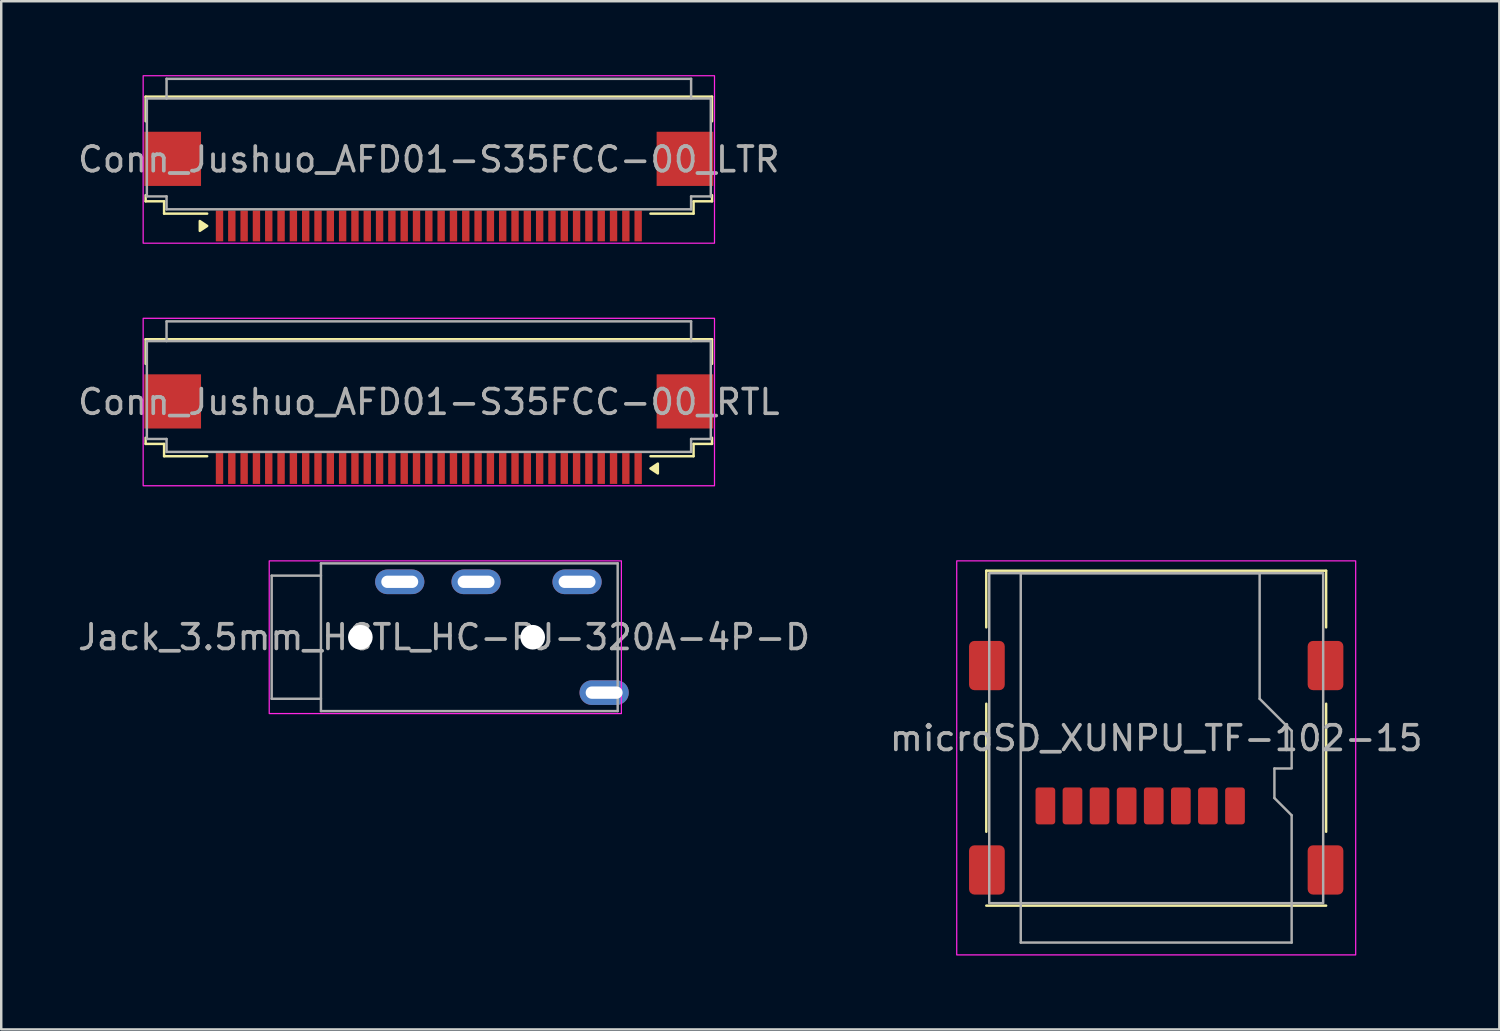
<source format=kicad_pcb>
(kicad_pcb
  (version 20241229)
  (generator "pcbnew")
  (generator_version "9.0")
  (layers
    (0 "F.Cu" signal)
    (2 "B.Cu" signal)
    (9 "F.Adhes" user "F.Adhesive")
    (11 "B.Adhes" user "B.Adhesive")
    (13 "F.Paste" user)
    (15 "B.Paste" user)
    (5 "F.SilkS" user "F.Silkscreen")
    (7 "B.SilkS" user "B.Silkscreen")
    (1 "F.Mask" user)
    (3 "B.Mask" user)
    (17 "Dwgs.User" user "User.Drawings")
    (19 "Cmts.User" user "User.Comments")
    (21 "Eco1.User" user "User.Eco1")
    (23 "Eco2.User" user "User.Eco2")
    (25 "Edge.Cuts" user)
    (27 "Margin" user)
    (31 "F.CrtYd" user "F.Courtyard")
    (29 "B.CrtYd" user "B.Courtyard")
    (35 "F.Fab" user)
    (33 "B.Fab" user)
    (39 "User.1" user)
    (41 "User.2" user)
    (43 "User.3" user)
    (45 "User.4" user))
  (footprint "Conn_Jushuo_AFD01-S35FCC-00_RTL"
    (layer "F.Cu")
    (at 14.363 15.975)
    (property "Reference" "Conn_Jushuo_AFD01-S35FCC-00_RTL" (at 0 -2.7 0) (unlocked yes) (layer "F.SilkS") (effects (font (size 1 1) (thickness 0.1))))
    (attr smd)
    (fp_line (start -11.5 -5.25) (end 11.5 -5.25) (stroke (width 0.1) (type default)) (layer "F.SilkS"))
    (fp_line (start -11.5 -4.25) (end -11.5 -5.25) (stroke (width 0.1) (type default)) (layer "F.SilkS"))
    (fp_line (start -11.5 -1.25) (end -11.5 -1) (stroke (width 0.1) (type default)) (layer "F.SilkS"))
    (fp_line (start -11.5 -1) (end -10.75 -1) (stroke (width 0.1) (type default)) (layer "F.SilkS"))
    (fp_line (start -10.75 -1) (end -10.75 -0.5) (stroke (width 0.1) (type default)) (layer "F.SilkS"))
    (fp_line (start -10.75 -0.5) (end -9 -0.5) (stroke (width 0.1) (type default)) (layer "F.SilkS"))
    (fp_line (start 10.75 -1) (end 10.75 -0.5) (stroke (width 0.1) (type default)) (layer "F.SilkS"))
    (fp_line (start 10.75 -0.5) (end 9 -0.5) (stroke (width 0.1) (type default)) (layer "F.SilkS"))
    (fp_line (start 11.5 -5.25) (end 11.5 -4.25) (stroke (width 0.1) (type default)) (layer "F.SilkS"))
    (fp_line (start 11.5 -1.25) (end 11.5 -1) (stroke (width 0.1) (type default)) (layer "F.SilkS"))
    (fp_line (start 11.5 -1) (end 10.75 -1) (stroke (width 0.1) (type default)) (layer "F.SilkS"))
    (fp_poly (pts (xy 9 0) (xy 9.3 0.2) (xy 9.3 -0.2)) (stroke (width 0.1) (type solid)) (fill yes) (layer "F.SilkS"))
    (fp_rect (start -11.6 -6.1) (end 11.6 0.7) (stroke (width 0.05) (type default)) (fill no) (layer "F.CrtYd"))
    (fp_line (start -11.45 -5.175) (end 11.45 -5.175) (stroke (width 0.1) (type default)) (layer "F.Fab"))
    (fp_line (start -11.45 -1.2) (end -11.45 -5.175) (stroke (width 0.1) (type default)) (layer "F.Fab"))
    (fp_line (start -10.65 -5.975) (end -10.65 -5.175) (stroke (width 0.1) (type default)) (layer "F.Fab"))
    (fp_line (start -10.65 -1.2) (end -11.45 -1.2) (stroke (width 0.1) (type default)) (layer "F.Fab"))
    (fp_line (start -10.65 -1.2) (end -10.65 -0.675) (stroke (width 0.1) (type default)) (layer "F.Fab"))
    (fp_line (start -10.65 -0.675) (end 10.65 -0.675) (stroke (width 0.1) (type default)) (layer "F.Fab"))
    (fp_line (start 10.65 -5.975) (end -10.65 -5.975) (stroke (width 0.1) (type default)) (layer "F.Fab"))
    (fp_line (start 10.65 -5.975) (end 10.65 -5.175) (stroke (width 0.1) (type default)) (layer "F.Fab"))
    (fp_line (start 10.65 -1.2) (end 10.65 -0.675) (stroke (width 0.1) (type default)) (layer "F.Fab"))
    (fp_line (start 11.45 -1.2) (end 10.65 -1.2) (stroke (width 0.1) (type default)) (layer "F.Fab"))
    (fp_line (start 11.45 -1.2) (end 11.45 -5.175) (stroke (width 0.1) (type default)) (layer "F.Fab"))
    (fp_text user "${REFERENCE}" (at 0 -2.7 0) (unlocked yes) (layer "F.Fab") (effects (font (size 1 1) (thickness 0.15))))
    (pad "1" smd rect (at 8.5 0) (size 0.3 1.25) (layers "F.Cu" "F.Mask" "F.Paste"))
    (pad "2" smd rect (at 8 0) (size 0.3 1.25) (layers "F.Cu" "F.Mask" "F.Paste"))
    (pad "3" smd rect (at 7.5 0) (size 0.3 1.25) (layers "F.Cu" "F.Mask" "F.Paste"))
    (pad "4" smd rect (at 7 0) (size 0.3 1.25) (layers "F.Cu" "F.Mask" "F.Paste"))
    (pad "5" smd rect (at 6.5 0) (size 0.3 1.25) (layers "F.Cu" "F.Mask" "F.Paste"))
    (pad "6" smd rect (at 6 0) (size 0.3 1.25) (layers "F.Cu" "F.Mask" "F.Paste"))
    (pad "7" smd rect (at 5.5 0) (size 0.3 1.25) (layers "F.Cu" "F.Mask" "F.Paste"))
    (pad "8" smd rect (at 5 0) (size 0.3 1.25) (layers "F.Cu" "F.Mask" "F.Paste"))
    (pad "9" smd rect (at 4.5 0) (size 0.3 1.25) (layers "F.Cu" "F.Mask" "F.Paste"))
    (pad "10" smd rect (at 4 0) (size 0.3 1.25) (layers "F.Cu" "F.Mask" "F.Paste"))
    (pad "11" smd rect (at 3.5 0) (size 0.3 1.25) (layers "F.Cu" "F.Mask" "F.Paste"))
    (pad "12" smd rect (at 3 0) (size 0.3 1.25) (layers "F.Cu" "F.Mask" "F.Paste"))
    (pad "13" smd rect (at 2.5 0) (size 0.3 1.25) (layers "F.Cu" "F.Mask" "F.Paste"))
    (pad "14" smd rect (at 2 0) (size 0.3 1.25) (layers "F.Cu" "F.Mask" "F.Paste"))
    (pad "15" smd rect (at 1.5 0) (size 0.3 1.25) (layers "F.Cu" "F.Mask" "F.Paste"))
    (pad "16" smd rect (at 1 0) (size 0.3 1.25) (layers "F.Cu" "F.Mask" "F.Paste"))
    (pad "17" smd rect (at 0.5 0) (size 0.3 1.25) (layers "F.Cu" "F.Mask" "F.Paste"))
    (pad "18" smd rect (at 0 0) (size 0.3 1.25) (layers "F.Cu" "F.Mask" "F.Paste"))
    (pad "19" smd rect (at -0.5 0) (size 0.3 1.25) (layers "F.Cu" "F.Mask" "F.Paste"))
    (pad "20" smd rect (at -1 0) (size 0.3 1.25) (layers "F.Cu" "F.Mask" "F.Paste"))
    (pad "21" smd rect (at -1.5 0) (size 0.3 1.25) (layers "F.Cu" "F.Mask" "F.Paste"))
    (pad "22" smd rect (at -2 0) (size 0.3 1.25) (layers "F.Cu" "F.Mask" "F.Paste"))
    (pad "23" smd rect (at -2.5 0) (size 0.3 1.25) (layers "F.Cu" "F.Mask" "F.Paste"))
    (pad "24" smd rect (at -3 0) (size 0.3 1.25) (layers "F.Cu" "F.Mask" "F.Paste"))
    (pad "25" smd rect (at -3.5 0) (size 0.3 1.25) (layers "F.Cu" "F.Mask" "F.Paste"))
    (pad "26" smd rect (at -4 0) (size 0.3 1.25) (layers "F.Cu" "F.Mask" "F.Paste"))
    (pad "27" smd rect (at -4.5 0) (size 0.3 1.25) (layers "F.Cu" "F.Mask" "F.Paste"))
    (pad "28" smd rect (at -5 0) (size 0.3 1.25) (layers "F.Cu" "F.Mask" "F.Paste"))
    (pad "29" smd rect (at -5.5 0) (size 0.3 1.25) (layers "F.Cu" "F.Mask" "F.Paste"))
    (pad "30" smd rect (at -6 0) (size 0.3 1.25) (layers "F.Cu" "F.Mask" "F.Paste"))
    (pad "31" smd rect (at -6.5 0) (size 0.3 1.25) (layers "F.Cu" "F.Mask" "F.Paste"))
    (pad "32" smd rect (at -7 0) (size 0.3 1.25) (layers "F.Cu" "F.Mask" "F.Paste"))
    (pad "33" smd rect (at -7.5 0) (size 0.3 1.25) (layers "F.Cu" "F.Mask" "F.Paste"))
    (pad "34" smd rect (at -8 0) (size 0.3 1.25) (layers "F.Cu" "F.Mask" "F.Paste"))
    (pad "35" smd rect (at -8.5 0) (size 0.3 1.25) (layers "F.Cu" "F.Mask" "F.Paste"))
    (pad "MP" smd rect (at -10.4 -2.725) (size 2.3 2.2) (layers "F.Cu" "F.Mask" "F.Paste"))
    (pad "MP" smd rect (at 10.4 -2.725) (size 2.3 2.2) (layers "F.Cu" "F.Mask" "F.Paste")))
  (footprint "Jack_3.5mm_HCTL_HC-PJ-320A-4P-D"
    (layer "F.Cu")
    (at 14.982 22.825)
    (property "Reference" "Jack_3.5mm_HCTL_HC-PJ-320A-4P-D" (at 0 0 0) (unlocked yes) (layer "F.SilkS") (effects (font (size 1 1) (thickness 0.1))))
    (attr through_hole)
    (fp_rect (start -7.1 -3.1) (end 7.2 3.1) (stroke (width 0.05) (type default)) (fill no) (layer "F.CrtYd"))
    (fp_line (start -7 -2.5) (end -5 -2.5) (stroke (width 0.1) (type default)) (layer "F.Fab"))
    (fp_line (start -7 2.5) (end -7 -2.5) (stroke (width 0.1) (type default)) (layer "F.Fab"))
    (fp_line (start -7 2.5) (end -5 2.5) (stroke (width 0.1) (type default)) (layer "F.Fab"))
    (fp_line (start -5 -3) (end -5 3) (stroke (width 0.1) (type default)) (layer "F.Fab"))
    (fp_line (start -5 -3) (end 7.05 -3) (stroke (width 0.1) (type default)) (layer "F.Fab"))
    (fp_line (start -5 3) (end 7.05 3) (stroke (width 0.1) (type default)) (layer "F.Fab"))
    (fp_line (start 7.05 3) (end 7.05 -3) (stroke (width 0.1) (type default)) (layer "F.Fab"))
    (fp_text user "${REFERENCE}" (at 0 0 0) (unlocked yes) (layer "F.Fab") (effects (font (size 1 1) (thickness 0.15))))
    (pad "" np_thru_hole circle (at -3.4 0) (size 1 1) (drill 1) (layers "*.Cu" "*.Mask"))
    (pad "" np_thru_hole circle (at 3.6 0) (size 1 1) (drill 1) (layers "*.Cu" "*.Mask"))
    (pad "R1" thru_hole oval (at -1.8 -2.25) (size 2 1) (drill oval 1.5 0.5) (layers "*.Cu" "*.Mask"))
    (pad "R2" thru_hole oval (at 5.4 -2.25) (size 2 1) (drill oval 1.5 0.5) (layers "*.Cu" "*.Mask"))
    (pad "S" thru_hole oval (at 6.5 2.25) (size 2 1) (drill oval 1.5 0.5) (layers "*.Cu" "*.Mask"))
    (pad "T" thru_hole oval (at 1.3 -2.25) (size 2 1) (drill oval 1.5 0.5) (layers "*.Cu" "*.Mask")))
  (footprint "Conn_Jushuo_AFD01-S35FCC-00_LTR"
    (layer "F.Cu")
    (at 14.363 6.125)
    (property "Reference" "Conn_Jushuo_AFD01-S35FCC-00_LTR" (at 0 -2.7 0) (unlocked yes) (layer "F.SilkS") (effects (font (size 1 1) (thickness 0.1))))
    (attr smd)
    (fp_line (start -11.5 -5.25) (end 11.5 -5.25) (stroke (width 0.1) (type default)) (layer "F.SilkS"))
    (fp_line (start -11.5 -4.25) (end -11.5 -5.25) (stroke (width 0.1) (type default)) (layer "F.SilkS"))
    (fp_line (start -11.5 -1.25) (end -11.5 -1) (stroke (width 0.1) (type default)) (layer "F.SilkS"))
    (fp_line (start -11.5 -1) (end -10.75 -1) (stroke (width 0.1) (type default)) (layer "F.SilkS"))
    (fp_line (start -10.75 -1) (end -10.75 -0.5) (stroke (width 0.1) (type default)) (layer "F.SilkS"))
    (fp_line (start -10.75 -0.5) (end -9 -0.5) (stroke (width 0.1) (type default)) (layer "F.SilkS"))
    (fp_line (start 10.75 -1) (end 10.75 -0.5) (stroke (width 0.1) (type default)) (layer "F.SilkS"))
    (fp_line (start 10.75 -0.5) (end 9 -0.5) (stroke (width 0.1) (type default)) (layer "F.SilkS"))
    (fp_line (start 11.5 -5.25) (end 11.5 -4.25) (stroke (width 0.1) (type default)) (layer "F.SilkS"))
    (fp_line (start 11.5 -1.25) (end 11.5 -1) (stroke (width 0.1) (type default)) (layer "F.SilkS"))
    (fp_line (start 11.5 -1) (end 10.75 -1) (stroke (width 0.1) (type default)) (layer "F.SilkS"))
    (fp_poly (pts (xy -9 0) (xy -9.3 -0.2) (xy -9.3 0.2)) (stroke (width 0.1) (type solid)) (fill yes) (layer "F.SilkS"))
    (fp_rect (start -11.6 -6.1) (end 11.6 0.7) (stroke (width 0.05) (type default)) (fill no) (layer "F.CrtYd"))
    (fp_line (start -11.45 -5.175) (end 11.45 -5.175) (stroke (width 0.1) (type default)) (layer "F.Fab"))
    (fp_line (start -11.45 -1.2) (end -11.45 -5.175) (stroke (width 0.1) (type default)) (layer "F.Fab"))
    (fp_line (start -10.65 -5.975) (end -10.65 -5.175) (stroke (width 0.1) (type default)) (layer "F.Fab"))
    (fp_line (start -10.65 -1.2) (end -11.45 -1.2) (stroke (width 0.1) (type default)) (layer "F.Fab"))
    (fp_line (start -10.65 -1.2) (end -10.65 -0.675) (stroke (width 0.1) (type default)) (layer "F.Fab"))
    (fp_line (start -10.65 -0.675) (end 10.65 -0.675) (stroke (width 0.1) (type default)) (layer "F.Fab"))
    (fp_line (start 10.65 -5.975) (end -10.65 -5.975) (stroke (width 0.1) (type default)) (layer "F.Fab"))
    (fp_line (start 10.65 -5.975) (end 10.65 -5.175) (stroke (width 0.1) (type default)) (layer "F.Fab"))
    (fp_line (start 10.65 -1.2) (end 10.65 -0.675) (stroke (width 0.1) (type default)) (layer "F.Fab"))
    (fp_line (start 11.45 -1.2) (end 10.65 -1.2) (stroke (width 0.1) (type default)) (layer "F.Fab"))
    (fp_line (start 11.45 -1.2) (end 11.45 -5.175) (stroke (width 0.1) (type default)) (layer "F.Fab"))
    (fp_text user "${REFERENCE}" (at 0 -2.7 0) (unlocked yes) (layer "F.Fab") (effects (font (size 1 1) (thickness 0.15))))
    (pad "1" smd rect (at -8.5 0) (size 0.3 1.25) (layers "F.Cu" "F.Mask" "F.Paste"))
    (pad "2" smd rect (at -8 0) (size 0.3 1.25) (layers "F.Cu" "F.Mask" "F.Paste"))
    (pad "3" smd rect (at -7.5 0) (size 0.3 1.25) (layers "F.Cu" "F.Mask" "F.Paste"))
    (pad "4" smd rect (at -7 0) (size 0.3 1.25) (layers "F.Cu" "F.Mask" "F.Paste"))
    (pad "5" smd rect (at -6.5 0) (size 0.3 1.25) (layers "F.Cu" "F.Mask" "F.Paste"))
    (pad "6" smd rect (at -6 0) (size 0.3 1.25) (layers "F.Cu" "F.Mask" "F.Paste"))
    (pad "7" smd rect (at -5.5 0) (size 0.3 1.25) (layers "F.Cu" "F.Mask" "F.Paste"))
    (pad "8" smd rect (at -5 0) (size 0.3 1.25) (layers "F.Cu" "F.Mask" "F.Paste"))
    (pad "9" smd rect (at -4.5 0) (size 0.3 1.25) (layers "F.Cu" "F.Mask" "F.Paste"))
    (pad "10" smd rect (at -4 0) (size 0.3 1.25) (layers "F.Cu" "F.Mask" "F.Paste"))
    (pad "11" smd rect (at -3.5 0) (size 0.3 1.25) (layers "F.Cu" "F.Mask" "F.Paste"))
    (pad "12" smd rect (at -3 0) (size 0.3 1.25) (layers "F.Cu" "F.Mask" "F.Paste"))
    (pad "13" smd rect (at -2.5 0) (size 0.3 1.25) (layers "F.Cu" "F.Mask" "F.Paste"))
    (pad "14" smd rect (at -2 0) (size 0.3 1.25) (layers "F.Cu" "F.Mask" "F.Paste"))
    (pad "15" smd rect (at -1.5 0) (size 0.3 1.25) (layers "F.Cu" "F.Mask" "F.Paste"))
    (pad "16" smd rect (at -1 0) (size 0.3 1.25) (layers "F.Cu" "F.Mask" "F.Paste"))
    (pad "17" smd rect (at -0.5 0) (size 0.3 1.25) (layers "F.Cu" "F.Mask" "F.Paste"))
    (pad "18" smd rect (at 0 0) (size 0.3 1.25) (layers "F.Cu" "F.Mask" "F.Paste"))
    (pad "19" smd rect (at 0.5 0) (size 0.3 1.25) (layers "F.Cu" "F.Mask" "F.Paste"))
    (pad "20" smd rect (at 1 0) (size 0.3 1.25) (layers "F.Cu" "F.Mask" "F.Paste"))
    (pad "21" smd rect (at 1.5 0) (size 0.3 1.25) (layers "F.Cu" "F.Mask" "F.Paste"))
    (pad "22" smd rect (at 2 0) (size 0.3 1.25) (layers "F.Cu" "F.Mask" "F.Paste"))
    (pad "23" smd rect (at 2.5 0) (size 0.3 1.25) (layers "F.Cu" "F.Mask" "F.Paste"))
    (pad "24" smd rect (at 3 0) (size 0.3 1.25) (layers "F.Cu" "F.Mask" "F.Paste"))
    (pad "25" smd rect (at 3.5 0) (size 0.3 1.25) (layers "F.Cu" "F.Mask" "F.Paste"))
    (pad "26" smd rect (at 4 0) (size 0.3 1.25) (layers "F.Cu" "F.Mask" "F.Paste"))
    (pad "27" smd rect (at 4.5 0) (size 0.3 1.25) (layers "F.Cu" "F.Mask" "F.Paste"))
    (pad "28" smd rect (at 5 0) (size 0.3 1.25) (layers "F.Cu" "F.Mask" "F.Paste"))
    (pad "29" smd rect (at 5.5 0) (size 0.3 1.25) (layers "F.Cu" "F.Mask" "F.Paste"))
    (pad "30" smd rect (at 6 0) (size 0.3 1.25) (layers "F.Cu" "F.Mask" "F.Paste"))
    (pad "31" smd rect (at 6.5 0) (size 0.3 1.25) (layers "F.Cu" "F.Mask" "F.Paste"))
    (pad "32" smd rect (at 7 0) (size 0.3 1.25) (layers "F.Cu" "F.Mask" "F.Paste"))
    (pad "33" smd rect (at 7.5 0) (size 0.3 1.25) (layers "F.Cu" "F.Mask" "F.Paste"))
    (pad "34" smd rect (at 8 0) (size 0.3 1.25) (layers "F.Cu" "F.Mask" "F.Paste"))
    (pad "35" smd rect (at 8.5 0) (size 0.3 1.25) (layers "F.Cu" "F.Mask" "F.Paste"))
    (pad "MP" smd rect (at -10.4 -2.725) (size 2.3 2.2) (layers "F.Cu" "F.Mask" "F.Paste"))
    (pad "MP" smd rect (at 10.4 -2.725) (size 2.3 2.2) (layers "F.Cu" "F.Mask" "F.Paste")))
  (footprint "microSD_XUNPU_TF-102-15"
    (layer "F.Cu")
    (at 43.899 26.925)
    (property "Reference" "microSD_XUNPU_TF-102-15" (at 0 0 0) (unlocked yes) (layer "F.SilkS") (effects (font (size 1 1) (thickness 0.1))))
    (attr smd)
    (fp_line (start -6.9 -6.8) (end -6.9 -4.5) (stroke (width 0.1) (type default)) (layer "F.SilkS"))
    (fp_line (start -6.9 -6.8) (end 6.9 -6.8) (stroke (width 0.1) (type default)) (layer "F.SilkS"))
    (fp_line (start -6.9 -1.4) (end -6.9 3.8) (stroke (width 0.1) (type default)) (layer "F.SilkS"))
    (fp_line (start -6.9 6.8) (end 6.9 6.8) (stroke (width 0.1) (type default)) (layer "F.SilkS"))
    (fp_line (start 6.9 -6.8) (end 6.9 -4.5) (stroke (width 0.1) (type default)) (layer "F.SilkS"))
    (fp_line (start 6.9 -1.4) (end 6.9 3.8) (stroke (width 0.1) (type default)) (layer "F.SilkS"))
    (fp_rect (start -8.1 -7.2) (end 8.1 8.8) (stroke (width 0.05) (type default)) (fill no) (layer "F.CrtYd"))
    (fp_line (start -5.5 -6.7) (end -5.5 8.3) (stroke (width 0.1) (type default)) (layer "F.Fab"))
    (fp_line (start -5.5 -6.7) (end 4.2 -6.7) (stroke (width 0.1) (type default)) (layer "F.Fab"))
    (fp_line (start -5.5 8.3) (end 5.5 8.3) (stroke (width 0.1) (type default)) (layer "F.Fab"))
    (fp_line (start 4.2 -6.7) (end 4.2 -1.6) (stroke (width 0.1) (type default)) (layer "F.Fab"))
    (fp_line (start 4.8 1.23) (end 5.5 1.23) (stroke (width 0.1) (type default)) (layer "F.Fab"))
    (fp_line (start 4.8 2.43) (end 4.8 1.23) (stroke (width 0.1) (type default)) (layer "F.Fab"))
    (fp_line (start 4.8 2.43) (end 5.5 3.13) (stroke (width 0.1) (type default)) (layer "F.Fab"))
    (fp_line (start 5.5 -0.3) (end 4.2 -1.6) (stroke (width 0.1) (type default)) (layer "F.Fab"))
    (fp_line (start 5.5 -0.3) (end 5.5 1.2) (stroke (width 0.1) (type default)) (layer "F.Fab"))
    (fp_line (start 5.5 8.3) (end 5.5 3.13) (stroke (width 0.1) (type default)) (layer "F.Fab"))
    (fp_rect (start -6.78 -6.7) (end 6.78 6.7) (stroke (width 0.1) (type solid)) (fill no) (layer "F.Fab"))
    (fp_text user "${REFERENCE}" (at 0 0 0) (unlocked yes) (layer "F.Fab") (effects (font (size 1 1) (thickness 0.15))))
    (pad "1" smd roundrect (at 3.2 2.75) (size 0.8 1.5) (layers "F.Cu" "F.Mask" "F.Paste") (roundrect_rratio 0.15))
    (pad "2" smd roundrect (at 2.1 2.75) (size 0.8 1.5) (layers "F.Cu" "F.Mask" "F.Paste") (roundrect_rratio 0.15))
    (pad "3" smd roundrect (at 1 2.75) (size 0.8 1.5) (layers "F.Cu" "F.Mask" "F.Paste") (roundrect_rratio 0.15))
    (pad "4" smd roundrect (at -0.1 2.75) (size 0.8 1.5) (layers "F.Cu" "F.Mask" "F.Paste") (roundrect_rratio 0.15))
    (pad "5" smd roundrect (at -1.2 2.75) (size 0.8 1.5) (layers "F.Cu" "F.Mask" "F.Paste") (roundrect_rratio 0.15))
    (pad "6" smd roundrect (at -2.3 2.75) (size 0.8 1.5) (layers "F.Cu" "F.Mask" "F.Paste") (roundrect_rratio 0.15))
    (pad "7" smd roundrect (at -3.4 2.75) (size 0.8 1.5) (layers "F.Cu" "F.Mask" "F.Paste") (roundrect_rratio 0.15))
    (pad "8" smd roundrect (at -4.5 2.75) (size 0.8 1.5) (layers "F.Cu" "F.Mask" "F.Paste") (roundrect_rratio 0.15))
    (pad "9" smd roundrect (at -6.875 -2.95) (size 1.45 2) (layers "F.Cu" "F.Mask" "F.Paste") (roundrect_rratio 0.15))
    (pad "9" smd roundrect (at -6.875 5.35) (size 1.45 2) (layers "F.Cu" "F.Mask" "F.Paste") (roundrect_rratio 0.15))
    (pad "9" smd roundrect (at 6.875 -2.95) (size 1.45 2) (layers "F.Cu" "F.Mask" "F.Paste") (roundrect_rratio 0.15))
    (pad "9" smd roundrect (at 6.875 5.35) (size 1.45 2) (layers "F.Cu" "F.Mask" "F.Paste") (roundrect_rratio 0.15)))
  (gr_rect
    (start -3 -3)
    (end 57.833 38.75)
    (stroke (width 0.1) (type default))
    (fill no)
    (layer "Edge.Cuts")))
</source>
